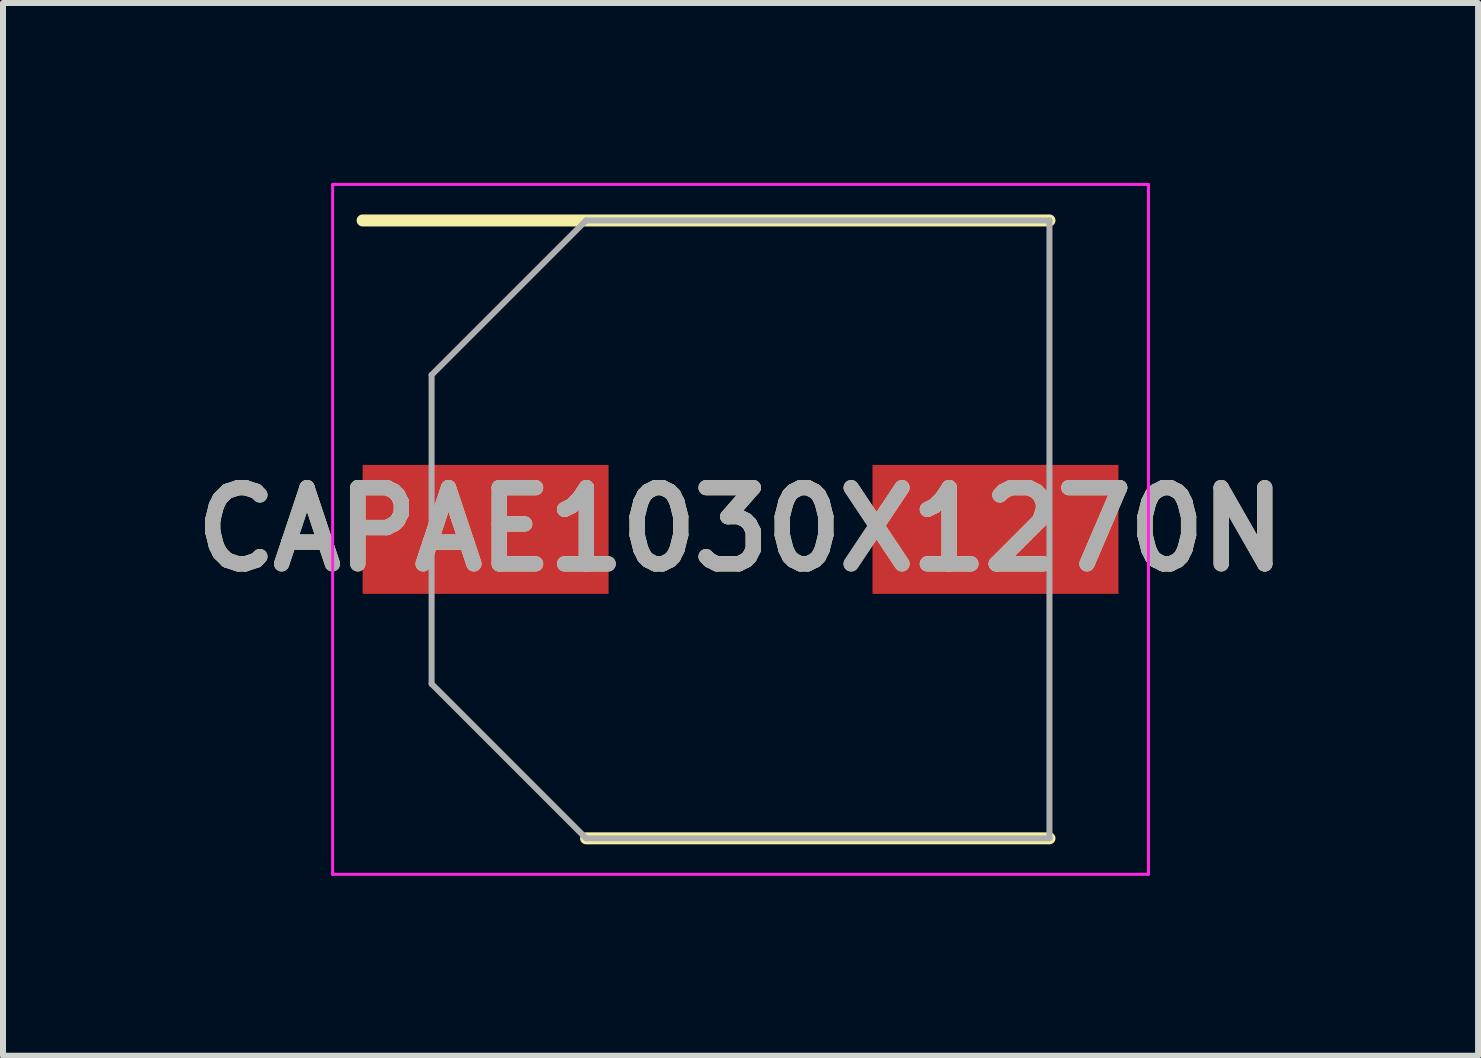
<source format=kicad_pcb>
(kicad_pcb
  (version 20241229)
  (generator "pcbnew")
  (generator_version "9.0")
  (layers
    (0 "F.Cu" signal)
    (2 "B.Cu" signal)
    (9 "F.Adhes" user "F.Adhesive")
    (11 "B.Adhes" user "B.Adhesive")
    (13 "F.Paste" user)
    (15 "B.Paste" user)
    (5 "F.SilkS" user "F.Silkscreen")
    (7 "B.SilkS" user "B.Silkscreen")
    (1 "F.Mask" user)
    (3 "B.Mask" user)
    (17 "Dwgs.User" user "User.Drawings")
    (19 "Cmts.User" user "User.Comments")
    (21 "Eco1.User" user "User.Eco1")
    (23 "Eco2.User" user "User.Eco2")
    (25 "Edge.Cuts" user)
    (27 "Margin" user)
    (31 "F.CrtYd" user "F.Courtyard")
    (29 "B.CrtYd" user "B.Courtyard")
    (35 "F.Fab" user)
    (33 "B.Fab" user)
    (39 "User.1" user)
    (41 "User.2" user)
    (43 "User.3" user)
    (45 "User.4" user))
  (footprint "CAPAE1030X1270N"
    (layer "F.Cu")
    (at 9.295 5.775)
    (property "Reference" "CAPAE1030X1270N" (at 0 0 0) (layer "F.SilkS") (effects (font (size 1.27 1.27) (thickness 0.254))))
    (attr smd)
    (fp_line (start -6.3 -5.15) (end 5.15 -5.15) (stroke (width 0.2) (type solid)) (layer "F.SilkS"))
    (fp_line (start -2.575 5.15) (end 5.15 5.15) (stroke (width 0.2) (type solid)) (layer "F.SilkS"))
    (fp_line (start -6.8 -5.75) (end 6.8 -5.75) (stroke (width 0.05) (type solid)) (layer "F.CrtYd"))
    (fp_line (start -6.8 5.75) (end -6.8 -5.75) (stroke (width 0.05) (type solid)) (layer "F.CrtYd"))
    (fp_line (start 6.8 -5.75) (end 6.8 5.75) (stroke (width 0.05) (type solid)) (layer "F.CrtYd"))
    (fp_line (start 6.8 5.75) (end -6.8 5.75) (stroke (width 0.05) (type solid)) (layer "F.CrtYd"))
    (fp_line (start -5.15 -2.575) (end -5.15 2.575) (stroke (width 0.1) (type solid)) (layer "F.Fab"))
    (fp_line (start -5.15 2.575) (end -2.575 5.15) (stroke (width 0.1) (type solid)) (layer "F.Fab"))
    (fp_line (start -2.575 -5.15) (end -5.15 -2.575) (stroke (width 0.1) (type solid)) (layer "F.Fab"))
    (fp_line (start -2.575 5.15) (end 5.15 5.15) (stroke (width 0.1) (type solid)) (layer "F.Fab"))
    (fp_line (start 5.15 -5.15) (end -2.575 -5.15) (stroke (width 0.1) (type solid)) (layer "F.Fab"))
    (fp_line (start 5.15 5.15) (end 5.15 -5.15) (stroke (width 0.1) (type solid)) (layer "F.Fab"))
    (fp_text user "${REFERENCE}" (at 0 0 0) (layer "F.Fab") (effects (font (size 1.27 1.27) (thickness 0.254))))
    (pad "1" smd rect (at -4.25 0 90) (size 2.15 4.1) (layers "F.Cu" "F.Mask" "F.Paste"))
    (pad "2" smd rect (at 4.25 0 90) (size 2.15 4.1) (layers "F.Cu" "F.Mask" "F.Paste")))
  (gr_rect
    (start -3 -3)
    (end 21.59 14.55)
    (stroke (width 0.1) (type default))
    (fill no)
    (layer "Edge.Cuts")))
</source>
